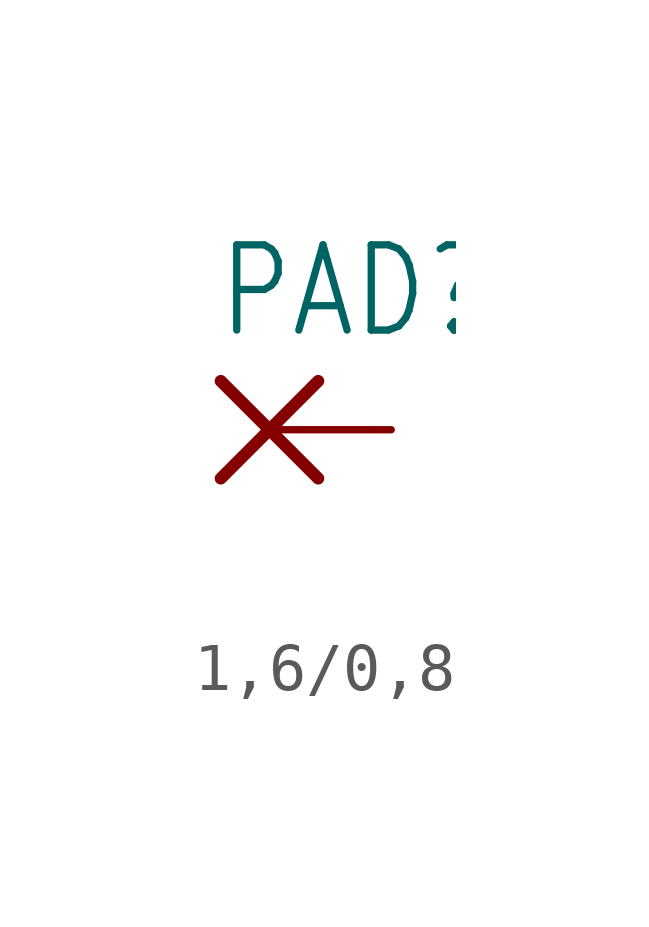
<source format=kicad_sym>
(kicad_symbol_lib
  (version 20241209)
  (generator "kicad_symbol_editor")
  (generator_version "9.0")
  (symbol "1,6/0,8"
    (property "Reference" "PAD"
      (at -1.143 1.854 0)
      (effects (font (size 1.778 1.511)) (justify left bottom)))
    (property "Value" ""
      (at -1.143 -3.302 0)
      (effects (font (size 1.778 1.511)) (justify left bottom)))
    (property "ki_locked" ""
      (at 0 0 0)
      (effects (font (size 1.27 1.27))))
    (symbol "1,6/0,8_1_0"
      (polyline (pts (xy -1.016 1.016) (xy 1.016 -1.016)) (stroke (width 0.254) (type solid)) (fill (type none)))
      (polyline (pts (xy -1.016 -1.016) (xy 1.016 1.016)) (stroke (width 0.254) (type solid)) (fill (type none)))
      (pin passive line (at 2.54 0 180) (length 2.54) (name "P" (effects (font (size 0 0)))) (number "1" (effects (font (size 0 0))))))))
</source>
